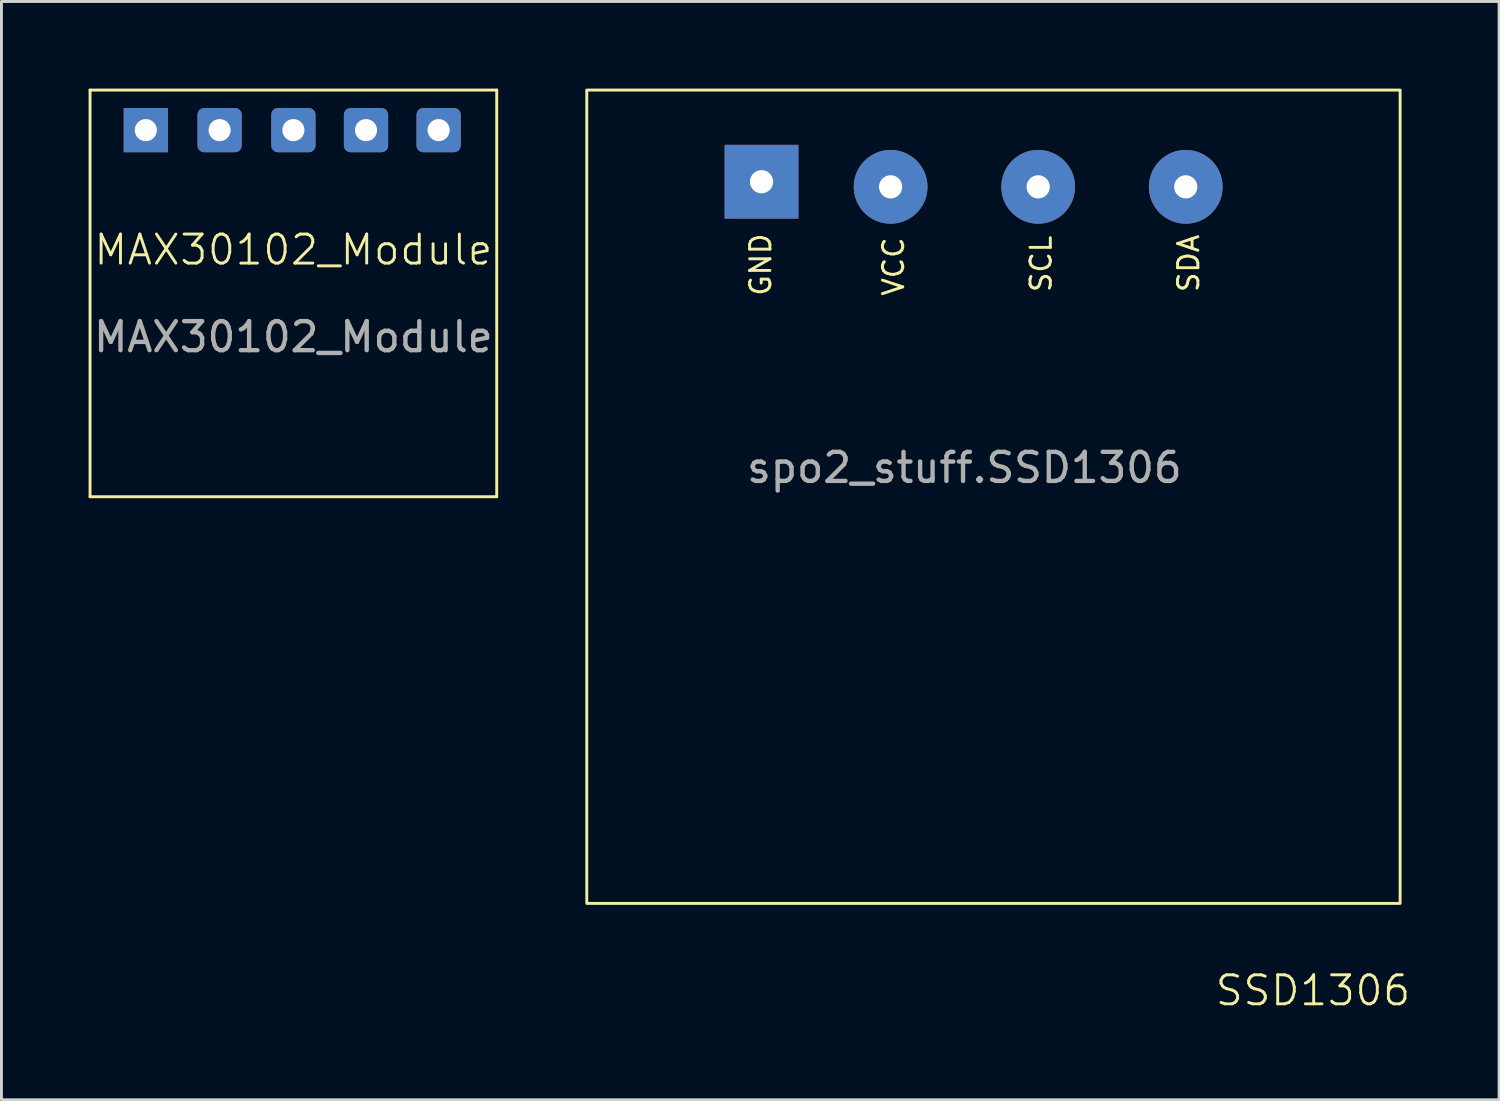
<source format=kicad_pcb>
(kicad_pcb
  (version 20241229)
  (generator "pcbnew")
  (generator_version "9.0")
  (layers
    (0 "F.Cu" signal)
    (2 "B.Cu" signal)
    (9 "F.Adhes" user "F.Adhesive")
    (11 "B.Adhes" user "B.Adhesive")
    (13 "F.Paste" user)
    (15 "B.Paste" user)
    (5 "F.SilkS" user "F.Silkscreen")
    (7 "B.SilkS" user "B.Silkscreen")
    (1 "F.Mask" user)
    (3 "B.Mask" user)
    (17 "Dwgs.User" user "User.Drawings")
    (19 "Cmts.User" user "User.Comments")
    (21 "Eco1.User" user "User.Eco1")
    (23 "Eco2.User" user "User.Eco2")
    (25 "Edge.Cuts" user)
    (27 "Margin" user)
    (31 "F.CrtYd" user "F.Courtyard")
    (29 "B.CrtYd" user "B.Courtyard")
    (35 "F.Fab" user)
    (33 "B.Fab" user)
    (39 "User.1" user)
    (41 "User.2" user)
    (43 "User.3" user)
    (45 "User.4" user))
  (footprint "SSD1306"
    (layer "F.Cu")
    (at 30.15 14.05)
    (property "Reference" "SSD1306" (at 12 17 0) (unlocked yes) (layer "F.SilkS") (effects (font (size 1 1) (thickness 0.1))))
    (attr through_hole)
    (fp_rect (start -13 -14) (end 15 14) (stroke (width 0.1) (type default)) (fill no) (layer "F.SilkS"))
    (fp_text user "SDA" (at 8.128 -6.985 90) (unlocked yes) (layer "F.SilkS") (effects (font (size 0.7 0.7) (thickness 0.1)) (justify left bottom)))
    (fp_text user "GND" (at -6.604 -6.858 90) (unlocked yes) (layer "F.SilkS") (effects (font (size 0.7 0.7) (thickness 0.1)) (justify left bottom)))
    (fp_text user "SCL" (at 3.048 -6.985 90) (unlocked yes) (layer "F.SilkS") (effects (font (size 0.7 0.7) (thickness 0.1)) (justify left bottom)))
    (fp_text user "VCC" (at -2.032 -6.858 90) (unlocked yes) (layer "F.SilkS") (effects (font (size 0.7 0.7) (thickness 0.1)) (justify left bottom)))
    (fp_text user "spo2_stuff.SSD1306" (at 0 -1 0) (unlocked yes) (layer "F.Fab") (effects (font (size 1 1) (thickness 0.15))))
    (pad "1" thru_hole rect (at -6.984 -10.844) (size 2.54 2.54) (drill 0.8) (layers "*.Cu" "*.Mask"))
    (pad "2" thru_hole circle (at -2.54 -10.668) (size 2.54 2.54) (drill 0.8) (layers "*.Cu" "*.Mask"))
    (pad "3" thru_hole circle (at 2.54 -10.668) (size 2.54 2.54) (drill 0.8) (layers "*.Cu" "*.Mask"))
    (pad "4" thru_hole circle (at 7.62 -10.668) (size 2.54 2.54) (drill 0.8) (layers "*.Cu" "*.Mask"))
    (zone (net_name "") (layer "F.SilkS") (hatch edge 0.5) (connect_pads) (min_thickness 0.25) (filled_areas_thickness no) (keepout (tracks allowed) (vias allowed) (pads not_allowed) (copperpour allowed) (footprints not_allowed)) (placement (enabled no)) (fill) (polygon (pts (xy 17.15 0.05) (xy 45.15 0.05) (xy 45.15 28.05) (xy 17.15 28.05)))))
  (footprint "MAX30102_Module"
    (layer "F.Cu")
    (at 7.05 6.43)
    (property "Reference" "MAX30102_Module" (at 0 -0.88 0) (unlocked yes) (layer "F.SilkS") (effects (font (size 1 1) (thickness 0.1))))
    (attr through_hole)
    (fp_line (start -7 -6.38) (end 7 -6.38) (stroke (width 0.1) (type default)) (layer "F.SilkS"))
    (fp_line (start -7 7.62) (end -7 -6.38) (stroke (width 0.1) (type default)) (layer "F.SilkS"))
    (fp_line (start 7 -6.38) (end 7 7.62) (stroke (width 0.1) (type default)) (layer "F.SilkS"))
    (fp_line (start 7 7.62) (end -7 7.62) (stroke (width 0.1) (type default)) (layer "F.SilkS"))
    (fp_text user "${REFERENCE}" (at 0 2.12 0) (unlocked yes) (layer "F.Fab") (effects (font (size 1 1) (thickness 0.15))))
    (pad "1" thru_hole rect (at -5.08 -5) (size 1.524 1.524) (drill 0.762) (layers "*.Cu" "*.Mask"))
    (pad "2" thru_hole roundrect (at -2.54 -5) (size 1.524 1.524) (drill 0.762) (layers "*.Cu" "*.Mask") (roundrect_rratio 0.15))
    (pad "3" thru_hole roundrect (at 0 -5) (size 1.524 1.524) (drill 0.762) (layers "*.Cu" "*.Mask") (roundrect_rratio 0.15))
    (pad "4" thru_hole roundrect (at 2.5 -5) (size 1.524 1.524) (drill 0.762) (layers "*.Cu" "*.Mask") (roundrect_rratio 0.15))
    (pad "5" thru_hole roundrect (at 5 -5) (size 1.524 1.524) (drill 0.762) (layers "*.Cu" "*.Mask") (roundrect_rratio 0.15))
    (zone (net_name "") (layer "F.SilkS") (hatch edge 0.5) (connect_pads) (min_thickness 0.25) (filled_areas_thickness no) (keepout (tracks allowed) (vias allowed) (pads not_allowed) (copperpour allowed) (footprints not_allowed)) (placement (enabled no)) (fill) (polygon (pts (xy 0.05 0.05) (xy 14.05 0.05) (xy 14.05 14.05) (xy 0.05 14.05)))))
  (gr_rect
    (start -3 -3)
    (end 48.557 34.81)
    (stroke (width 0.1) (type default))
    (fill no)
    (layer "Edge.Cuts")))
</source>
